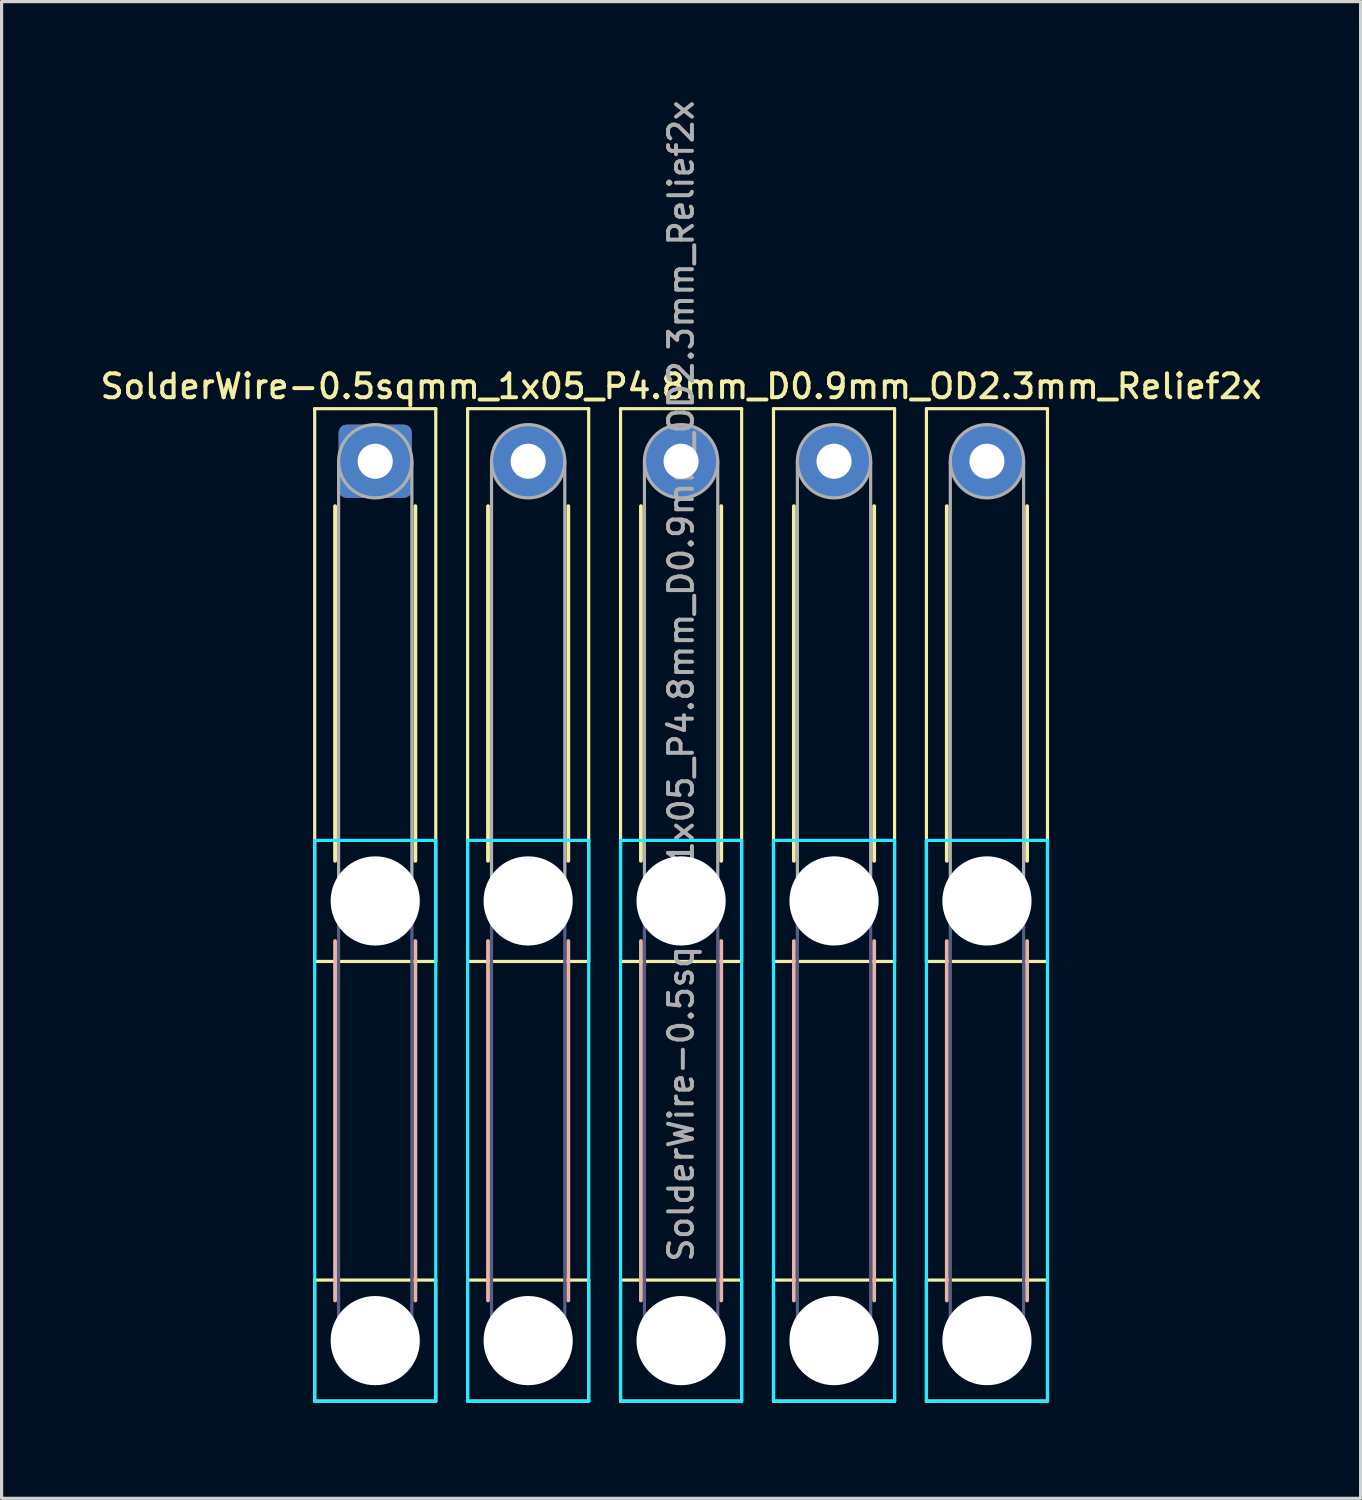
<source format=kicad_pcb>
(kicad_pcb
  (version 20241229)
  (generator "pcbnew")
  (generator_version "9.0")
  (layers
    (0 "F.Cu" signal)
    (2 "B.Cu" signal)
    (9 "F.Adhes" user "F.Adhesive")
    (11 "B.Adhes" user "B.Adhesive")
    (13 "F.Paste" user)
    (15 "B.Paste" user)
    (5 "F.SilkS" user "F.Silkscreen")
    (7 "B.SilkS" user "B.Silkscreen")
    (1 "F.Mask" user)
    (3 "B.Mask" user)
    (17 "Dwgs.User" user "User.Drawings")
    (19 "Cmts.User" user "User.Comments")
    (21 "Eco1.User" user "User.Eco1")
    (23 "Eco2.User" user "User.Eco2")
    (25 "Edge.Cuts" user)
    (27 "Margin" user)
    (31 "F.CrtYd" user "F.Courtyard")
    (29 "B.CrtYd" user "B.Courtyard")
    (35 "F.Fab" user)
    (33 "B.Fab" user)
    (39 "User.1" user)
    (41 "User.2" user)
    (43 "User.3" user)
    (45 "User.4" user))
  (footprint "SolderWire-0.5sqmm_1x05_P4.8mm_D0.9mm_OD2.3mm_Relief2x"
    (layer "F.Cu")
    (at 8.727 11.427)
    (property "Reference" "SolderWire-0.5sqmm_1x05_P4.8mm_D0.9mm_OD2.3mm_Relief2x" (at 9.6 -2.35 0) (layer "F.SilkS") (effects (font (size 0.75 0.75) (thickness 0.125))))
    (attr exclude_from_pos_files exclude_from_bom)
    (fp_line (start -1.9 -1.65) (end -1.9 15.7) (stroke (width 0.1) (type solid)) (layer "F.SilkS"))
    (fp_line (start -1.9 15.7) (end 1.9 15.7) (stroke (width 0.1) (type solid)) (layer "F.SilkS"))
    (fp_line (start -1.9 25.7) (end -1.9 29.5) (stroke (width 0.1) (type solid)) (layer "F.SilkS"))
    (fp_line (start -1.9 29.5) (end 1.9 29.5) (stroke (width 0.1) (type solid)) (layer "F.SilkS"))
    (fp_line (start -1.26 1.41) (end -1.26 12.54) (stroke (width 0.12) (type solid)) (layer "F.SilkS"))
    (fp_line (start 1.26 1.41) (end 1.26 12.54) (stroke (width 0.12) (type solid)) (layer "F.SilkS"))
    (fp_line (start 1.9 -1.65) (end -1.9 -1.65) (stroke (width 0.1) (type solid)) (layer "F.SilkS"))
    (fp_line (start 1.9 15.7) (end 1.9 -1.65) (stroke (width 0.1) (type solid)) (layer "F.SilkS"))
    (fp_line (start 1.9 25.7) (end -1.9 25.7) (stroke (width 0.1) (type solid)) (layer "F.SilkS"))
    (fp_line (start 1.9 29.5) (end 1.9 25.7) (stroke (width 0.1) (type solid)) (layer "F.SilkS"))
    (fp_line (start 2.9 -1.65) (end 2.9 15.7) (stroke (width 0.1) (type solid)) (layer "F.SilkS"))
    (fp_line (start 2.9 15.7) (end 6.7 15.7) (stroke (width 0.1) (type solid)) (layer "F.SilkS"))
    (fp_line (start 2.9 25.7) (end 2.9 29.5) (stroke (width 0.1) (type solid)) (layer "F.SilkS"))
    (fp_line (start 2.9 29.5) (end 6.7 29.5) (stroke (width 0.1) (type solid)) (layer "F.SilkS"))
    (fp_line (start 3.54 1.41) (end 3.54 12.54) (stroke (width 0.12) (type solid)) (layer "F.SilkS"))
    (fp_line (start 6.06 1.41) (end 6.06 12.54) (stroke (width 0.12) (type solid)) (layer "F.SilkS"))
    (fp_line (start 6.7 -1.65) (end 2.9 -1.65) (stroke (width 0.1) (type solid)) (layer "F.SilkS"))
    (fp_line (start 6.7 15.7) (end 6.7 -1.65) (stroke (width 0.1) (type solid)) (layer "F.SilkS"))
    (fp_line (start 6.7 25.7) (end 2.9 25.7) (stroke (width 0.1) (type solid)) (layer "F.SilkS"))
    (fp_line (start 6.7 29.5) (end 6.7 25.7) (stroke (width 0.1) (type solid)) (layer "F.SilkS"))
    (fp_line (start 7.7 -1.65) (end 7.7 15.7) (stroke (width 0.1) (type solid)) (layer "F.SilkS"))
    (fp_line (start 7.7 15.7) (end 11.5 15.7) (stroke (width 0.1) (type solid)) (layer "F.SilkS"))
    (fp_line (start 7.7 25.7) (end 7.7 29.5) (stroke (width 0.1) (type solid)) (layer "F.SilkS"))
    (fp_line (start 7.7 29.5) (end 11.5 29.5) (stroke (width 0.1) (type solid)) (layer "F.SilkS"))
    (fp_line (start 8.34 1.41) (end 8.34 12.54) (stroke (width 0.12) (type solid)) (layer "F.SilkS"))
    (fp_line (start 10.86 1.41) (end 10.86 12.54) (stroke (width 0.12) (type solid)) (layer "F.SilkS"))
    (fp_line (start 11.5 -1.65) (end 7.7 -1.65) (stroke (width 0.1) (type solid)) (layer "F.SilkS"))
    (fp_line (start 11.5 15.7) (end 11.5 -1.65) (stroke (width 0.1) (type solid)) (layer "F.SilkS"))
    (fp_line (start 11.5 25.7) (end 7.7 25.7) (stroke (width 0.1) (type solid)) (layer "F.SilkS"))
    (fp_line (start 11.5 29.5) (end 11.5 25.7) (stroke (width 0.1) (type solid)) (layer "F.SilkS"))
    (fp_line (start 12.5 -1.65) (end 12.5 15.7) (stroke (width 0.1) (type solid)) (layer "F.SilkS"))
    (fp_line (start 12.5 15.7) (end 16.3 15.7) (stroke (width 0.1) (type solid)) (layer "F.SilkS"))
    (fp_line (start 12.5 25.7) (end 12.5 29.5) (stroke (width 0.1) (type solid)) (layer "F.SilkS"))
    (fp_line (start 12.5 29.5) (end 16.3 29.5) (stroke (width 0.1) (type solid)) (layer "F.SilkS"))
    (fp_line (start 13.14 1.41) (end 13.14 12.54) (stroke (width 0.12) (type solid)) (layer "F.SilkS"))
    (fp_line (start 15.66 1.41) (end 15.66 12.54) (stroke (width 0.12) (type solid)) (layer "F.SilkS"))
    (fp_line (start 16.3 -1.65) (end 12.5 -1.65) (stroke (width 0.1) (type solid)) (layer "F.SilkS"))
    (fp_line (start 16.3 15.7) (end 16.3 -1.65) (stroke (width 0.1) (type solid)) (layer "F.SilkS"))
    (fp_line (start 16.3 25.7) (end 12.5 25.7) (stroke (width 0.1) (type solid)) (layer "F.SilkS"))
    (fp_line (start 16.3 29.5) (end 16.3 25.7) (stroke (width 0.1) (type solid)) (layer "F.SilkS"))
    (fp_line (start 17.3 -1.65) (end 17.3 15.7) (stroke (width 0.1) (type solid)) (layer "F.SilkS"))
    (fp_line (start 17.3 15.7) (end 21.1 15.7) (stroke (width 0.1) (type solid)) (layer "F.SilkS"))
    (fp_line (start 17.3 25.7) (end 17.3 29.5) (stroke (width 0.1) (type solid)) (layer "F.SilkS"))
    (fp_line (start 17.3 29.5) (end 21.1 29.5) (stroke (width 0.1) (type solid)) (layer "F.SilkS"))
    (fp_line (start 17.94 1.41) (end 17.94 12.54) (stroke (width 0.12) (type solid)) (layer "F.SilkS"))
    (fp_line (start 20.46 1.41) (end 20.46 12.54) (stroke (width 0.12) (type solid)) (layer "F.SilkS"))
    (fp_line (start 21.1 -1.65) (end 17.3 -1.65) (stroke (width 0.1) (type solid)) (layer "F.SilkS"))
    (fp_line (start 21.1 15.7) (end 21.1 -1.65) (stroke (width 0.1) (type solid)) (layer "F.SilkS"))
    (fp_line (start 21.1 25.7) (end 17.3 25.7) (stroke (width 0.1) (type solid)) (layer "F.SilkS"))
    (fp_line (start 21.1 29.5) (end 21.1 25.7) (stroke (width 0.1) (type solid)) (layer "F.SilkS"))
    (fp_line (start -1.26 15.06) (end -1.26 26.34) (stroke (width 0.12) (type solid)) (layer "B.SilkS"))
    (fp_line (start 1.26 15.06) (end 1.26 26.34) (stroke (width 0.12) (type solid)) (layer "B.SilkS"))
    (fp_line (start 3.54 15.06) (end 3.54 26.34) (stroke (width 0.12) (type solid)) (layer "B.SilkS"))
    (fp_line (start 6.06 15.06) (end 6.06 26.34) (stroke (width 0.12) (type solid)) (layer "B.SilkS"))
    (fp_line (start 8.34 15.06) (end 8.34 26.34) (stroke (width 0.12) (type solid)) (layer "B.SilkS"))
    (fp_line (start 10.86 15.06) (end 10.86 26.34) (stroke (width 0.12) (type solid)) (layer "B.SilkS"))
    (fp_line (start 13.14 15.06) (end 13.14 26.34) (stroke (width 0.12) (type solid)) (layer "B.SilkS"))
    (fp_line (start 15.66 15.06) (end 15.66 26.34) (stroke (width 0.12) (type solid)) (layer "B.SilkS"))
    (fp_line (start 17.94 15.06) (end 17.94 26.34) (stroke (width 0.12) (type solid)) (layer "B.SilkS"))
    (fp_line (start 20.46 15.06) (end 20.46 26.34) (stroke (width 0.12) (type solid)) (layer "B.SilkS"))
    (fp_line (start -1.9 11.9) (end -1.9 29.5) (stroke (width 0.1) (type solid)) (layer "B.CrtYd"))
    (fp_line (start -1.9 29.5) (end 1.9 29.5) (stroke (width 0.1) (type solid)) (layer "B.CrtYd"))
    (fp_line (start 1.9 11.9) (end -1.9 11.9) (stroke (width 0.1) (type solid)) (layer "B.CrtYd"))
    (fp_line (start 1.9 29.5) (end 1.9 11.9) (stroke (width 0.1) (type solid)) (layer "B.CrtYd"))
    (fp_line (start 2.9 11.9) (end 2.9 29.5) (stroke (width 0.1) (type solid)) (layer "B.CrtYd"))
    (fp_line (start 2.9 29.5) (end 6.7 29.5) (stroke (width 0.1) (type solid)) (layer "B.CrtYd"))
    (fp_line (start 6.7 11.9) (end 2.9 11.9) (stroke (width 0.1) (type solid)) (layer "B.CrtYd"))
    (fp_line (start 6.7 29.5) (end 6.7 11.9) (stroke (width 0.1) (type solid)) (layer "B.CrtYd"))
    (fp_line (start 7.7 11.9) (end 7.7 29.5) (stroke (width 0.1) (type solid)) (layer "B.CrtYd"))
    (fp_line (start 7.7 29.5) (end 11.5 29.5) (stroke (width 0.1) (type solid)) (layer "B.CrtYd"))
    (fp_line (start 11.5 11.9) (end 7.7 11.9) (stroke (width 0.1) (type solid)) (layer "B.CrtYd"))
    (fp_line (start 11.5 29.5) (end 11.5 11.9) (stroke (width 0.1) (type solid)) (layer "B.CrtYd"))
    (fp_line (start 12.5 11.9) (end 12.5 29.5) (stroke (width 0.1) (type solid)) (layer "B.CrtYd"))
    (fp_line (start 12.5 29.5) (end 16.3 29.5) (stroke (width 0.1) (type solid)) (layer "B.CrtYd"))
    (fp_line (start 16.3 11.9) (end 12.5 11.9) (stroke (width 0.1) (type solid)) (layer "B.CrtYd"))
    (fp_line (start 16.3 29.5) (end 16.3 11.9) (stroke (width 0.1) (type solid)) (layer "B.CrtYd"))
    (fp_line (start 17.3 11.9) (end 17.3 29.5) (stroke (width 0.1) (type solid)) (layer "B.CrtYd"))
    (fp_line (start 17.3 29.5) (end 21.1 29.5) (stroke (width 0.1) (type solid)) (layer "B.CrtYd"))
    (fp_line (start 21.1 11.9) (end 17.3 11.9) (stroke (width 0.1) (type solid)) (layer "B.CrtYd"))
    (fp_line (start 21.1 29.5) (end 21.1 11.9) (stroke (width 0.1) (type solid)) (layer "B.CrtYd"))
    (fp_line (start -1.15 13.8) (end -1.15 27.6) (stroke (width 0.1) (type solid)) (layer "B.Fab"))
    (fp_line (start 1.15 13.8) (end 1.15 27.6) (stroke (width 0.1) (type solid)) (layer "B.Fab"))
    (fp_line (start 3.65 13.8) (end 3.65 27.6) (stroke (width 0.1) (type solid)) (layer "B.Fab"))
    (fp_line (start 5.95 13.8) (end 5.95 27.6) (stroke (width 0.1) (type solid)) (layer "B.Fab"))
    (fp_line (start 8.45 13.8) (end 8.45 27.6) (stroke (width 0.1) (type solid)) (layer "B.Fab"))
    (fp_line (start 10.75 13.8) (end 10.75 27.6) (stroke (width 0.1) (type solid)) (layer "B.Fab"))
    (fp_line (start 13.25 13.8) (end 13.25 27.6) (stroke (width 0.1) (type solid)) (layer "B.Fab"))
    (fp_line (start 15.55 13.8) (end 15.55 27.6) (stroke (width 0.1) (type solid)) (layer "B.Fab"))
    (fp_line (start 18.05 13.8) (end 18.05 27.6) (stroke (width 0.1) (type solid)) (layer "B.Fab"))
    (fp_line (start 20.35 13.8) (end 20.35 27.6) (stroke (width 0.1) (type solid)) (layer "B.Fab"))
    (fp_circle (center 0 13.8) (end 1.15 13.8) (stroke (width 0.1) (type solid)) (fill no) (layer "B.Fab"))
    (fp_circle (center 0 27.6) (end 1.15 27.6) (stroke (width 0.1) (type solid)) (fill no) (layer "B.Fab"))
    (fp_circle (center 4.8 13.8) (end 5.95 13.8) (stroke (width 0.1) (type solid)) (fill no) (layer "B.Fab"))
    (fp_circle (center 4.8 27.6) (end 5.95 27.6) (stroke (width 0.1) (type solid)) (fill no) (layer "B.Fab"))
    (fp_circle (center 9.6 13.8) (end 10.75 13.8) (stroke (width 0.1) (type solid)) (fill no) (layer "B.Fab"))
    (fp_circle (center 9.6 27.6) (end 10.75 27.6) (stroke (width 0.1) (type solid)) (fill no) (layer "B.Fab"))
    (fp_circle (center 14.4 13.8) (end 15.55 13.8) (stroke (width 0.1) (type solid)) (fill no) (layer "B.Fab"))
    (fp_circle (center 14.4 27.6) (end 15.55 27.6) (stroke (width 0.1) (type solid)) (fill no) (layer "B.Fab"))
    (fp_circle (center 19.2 13.8) (end 20.35 13.8) (stroke (width 0.1) (type solid)) (fill no) (layer "B.Fab"))
    (fp_circle (center 19.2 27.6) (end 20.35 27.6) (stroke (width 0.1) (type solid)) (fill no) (layer "B.Fab"))
    (fp_line (start -1.15 0) (end -1.15 13.8) (stroke (width 0.1) (type solid)) (layer "F.Fab"))
    (fp_line (start 1.15 0) (end 1.15 13.8) (stroke (width 0.1) (type solid)) (layer "F.Fab"))
    (fp_line (start 3.65 0) (end 3.65 13.8) (stroke (width 0.1) (type solid)) (layer "F.Fab"))
    (fp_line (start 5.95 0) (end 5.95 13.8) (stroke (width 0.1) (type solid)) (layer "F.Fab"))
    (fp_line (start 8.45 0) (end 8.45 13.8) (stroke (width 0.1) (type solid)) (layer "F.Fab"))
    (fp_line (start 10.75 0) (end 10.75 13.8) (stroke (width 0.1) (type solid)) (layer "F.Fab"))
    (fp_line (start 13.25 0) (end 13.25 13.8) (stroke (width 0.1) (type solid)) (layer "F.Fab"))
    (fp_line (start 15.55 0) (end 15.55 13.8) (stroke (width 0.1) (type solid)) (layer "F.Fab"))
    (fp_line (start 18.05 0) (end 18.05 13.8) (stroke (width 0.1) (type solid)) (layer "F.Fab"))
    (fp_line (start 20.35 0) (end 20.35 13.8) (stroke (width 0.1) (type solid)) (layer "F.Fab"))
    (fp_circle (center 0 0) (end 1.15 0) (stroke (width 0.1) (type solid)) (fill no) (layer "F.Fab"))
    (fp_circle (center 0 13.8) (end 1.15 13.8) (stroke (width 0.1) (type solid)) (fill no) (layer "F.Fab"))
    (fp_circle (center 0 27.6) (end 1.15 27.6) (stroke (width 0.1) (type solid)) (fill no) (layer "F.Fab"))
    (fp_circle (center 4.8 0) (end 5.95 0) (stroke (width 0.1) (type solid)) (fill no) (layer "F.Fab"))
    (fp_circle (center 4.8 13.8) (end 5.95 13.8) (stroke (width 0.1) (type solid)) (fill no) (layer "F.Fab"))
    (fp_circle (center 4.8 27.6) (end 5.95 27.6) (stroke (width 0.1) (type solid)) (fill no) (layer "F.Fab"))
    (fp_circle (center 9.6 0) (end 10.75 0) (stroke (width 0.1) (type solid)) (fill no) (layer "F.Fab"))
    (fp_circle (center 9.6 13.8) (end 10.75 13.8) (stroke (width 0.1) (type solid)) (fill no) (layer "F.Fab"))
    (fp_circle (center 9.6 27.6) (end 10.75 27.6) (stroke (width 0.1) (type solid)) (fill no) (layer "F.Fab"))
    (fp_circle (center 14.4 0) (end 15.55 0) (stroke (width 0.1) (type solid)) (fill no) (layer "F.Fab"))
    (fp_circle (center 14.4 13.8) (end 15.55 13.8) (stroke (width 0.1) (type solid)) (fill no) (layer "F.Fab"))
    (fp_circle (center 14.4 27.6) (end 15.55 27.6) (stroke (width 0.1) (type solid)) (fill no) (layer "F.Fab"))
    (fp_circle (center 19.2 0) (end 20.35 0) (stroke (width 0.1) (type solid)) (fill no) (layer "F.Fab"))
    (fp_circle (center 19.2 13.8) (end 20.35 13.8) (stroke (width 0.1) (type solid)) (fill no) (layer "F.Fab"))
    (fp_circle (center 19.2 27.6) (end 20.35 27.6) (stroke (width 0.1) (type solid)) (fill no) (layer "F.Fab"))
    (fp_text user "${REFERENCE}" (at 9.6 6.9 90) (layer "F.Fab") (effects (font (size 0.75 0.75) (thickness 0.125))))
    (pad "" np_thru_hole circle (at 0 13.8) (size 2.8 2.8) (drill 2.8) (layers "*.Cu" "*.Mask"))
    (pad "" np_thru_hole circle (at 0 27.6) (size 2.8 2.8) (drill 2.8) (layers "*.Cu" "*.Mask"))
    (pad "" np_thru_hole circle (at 4.8 13.8) (size 2.8 2.8) (drill 2.8) (layers "*.Cu" "*.Mask"))
    (pad "" np_thru_hole circle (at 4.8 27.6) (size 2.8 2.8) (drill 2.8) (layers "*.Cu" "*.Mask"))
    (pad "" np_thru_hole circle (at 9.6 13.8) (size 2.8 2.8) (drill 2.8) (layers "*.Cu" "*.Mask"))
    (pad "" np_thru_hole circle (at 9.6 27.6) (size 2.8 2.8) (drill 2.8) (layers "*.Cu" "*.Mask"))
    (pad "" np_thru_hole circle (at 14.4 13.8) (size 2.8 2.8) (drill 2.8) (layers "*.Cu" "*.Mask"))
    (pad "" np_thru_hole circle (at 14.4 27.6) (size 2.8 2.8) (drill 2.8) (layers "*.Cu" "*.Mask"))
    (pad "" np_thru_hole circle (at 19.2 13.8) (size 2.8 2.8) (drill 2.8) (layers "*.Cu" "*.Mask"))
    (pad "" np_thru_hole circle (at 19.2 27.6) (size 2.8 2.8) (drill 2.8) (layers "*.Cu" "*.Mask"))
    (pad "1" thru_hole roundrect (at 0 0) (size 2.3 2.3) (drill 1.1) (layers "*.Cu" "*.Mask") (roundrect_rratio 0.109))
    (pad "2" thru_hole circle (at 4.8 0) (size 2.3 2.3) (drill 1.1) (layers "*.Cu" "*.Mask"))
    (pad "3" thru_hole circle (at 9.6 0) (size 2.3 2.3) (drill 1.1) (layers "*.Cu" "*.Mask"))
    (pad "4" thru_hole circle (at 14.4 0) (size 2.3 2.3) (drill 1.1) (layers "*.Cu" "*.Mask"))
    (pad "5" thru_hole circle (at 19.2 0) (size 2.3 2.3) (drill 1.1) (layers "*.Cu" "*.Mask")))
  (gr_rect
    (start -3 -3)
    (end 39.654 43.977)
    (stroke (width 0.1) (type default))
    (fill no)
    (layer "Edge.Cuts")))
</source>
